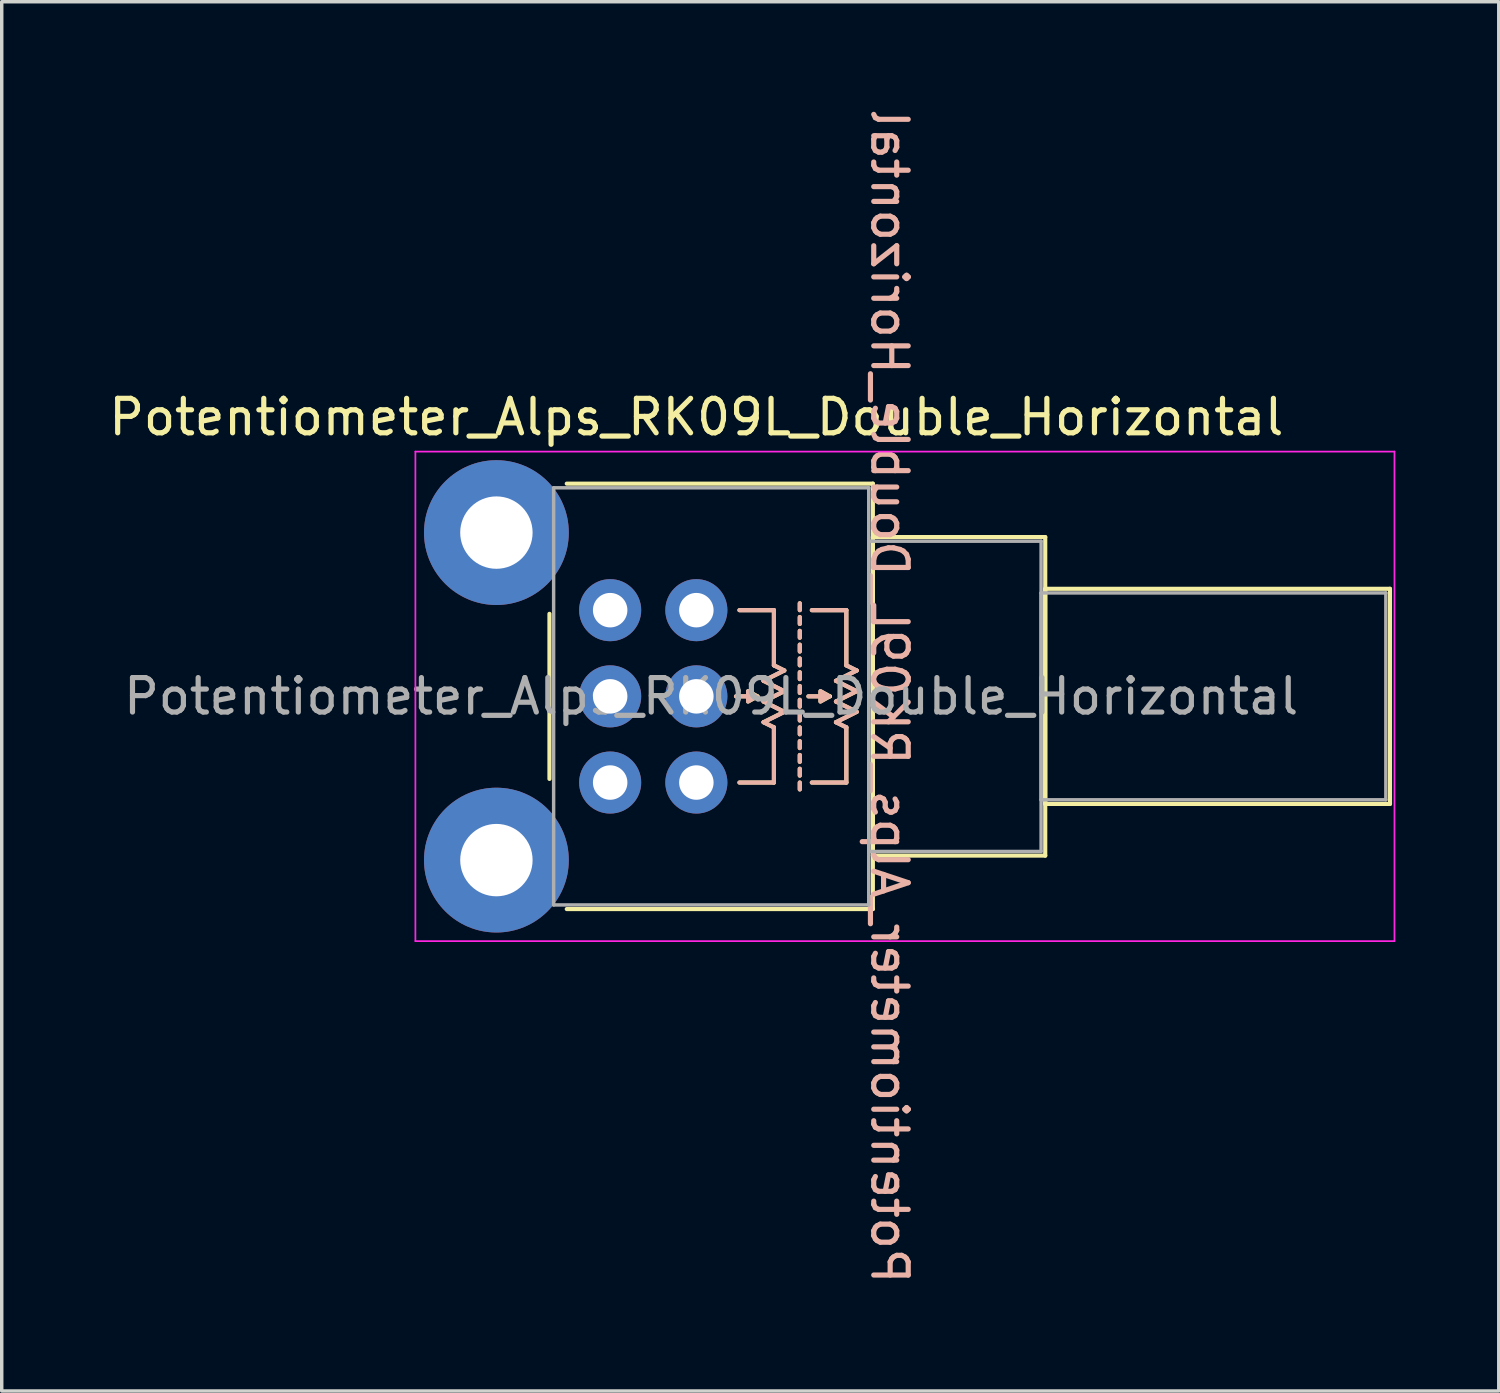
<source format=kicad_pcb>
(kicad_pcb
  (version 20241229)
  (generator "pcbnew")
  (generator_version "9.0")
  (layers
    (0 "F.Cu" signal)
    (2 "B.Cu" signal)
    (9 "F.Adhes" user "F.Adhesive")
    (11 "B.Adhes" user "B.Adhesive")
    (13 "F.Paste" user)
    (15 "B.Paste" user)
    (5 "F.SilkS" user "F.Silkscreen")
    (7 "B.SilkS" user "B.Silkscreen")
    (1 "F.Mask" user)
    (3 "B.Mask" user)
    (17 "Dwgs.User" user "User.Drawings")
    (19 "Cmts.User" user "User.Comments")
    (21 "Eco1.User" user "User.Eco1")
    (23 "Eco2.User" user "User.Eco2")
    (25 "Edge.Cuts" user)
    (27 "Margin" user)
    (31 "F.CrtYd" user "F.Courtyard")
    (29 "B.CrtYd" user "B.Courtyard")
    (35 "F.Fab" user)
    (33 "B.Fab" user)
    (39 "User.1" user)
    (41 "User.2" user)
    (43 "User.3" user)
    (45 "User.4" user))
  (footprint "Potentiometer_Alps_RK09L_Double_Horizontal"
    (layer "F.Cu")
    (at 17.149 19.649)
    (property "Reference" "Potentiometer_Alps_RK09L_Double_Horizontal" (at 0 -10.6 0) (layer "F.SilkS") (effects (font (size 1 1) (thickness 0.15))))
    (attr through_hole)
    (fp_line (start -4.261 -4.894) (end -4.261 -0.105) (stroke (width 0.12) (type solid)) (layer "F.SilkS"))
    (fp_line (start -3.759 -8.67) (end 5.12 -8.67) (stroke (width 0.12) (type solid)) (layer "F.SilkS"))
    (fp_line (start -3.759 3.67) (end 5.12 3.67) (stroke (width 0.12) (type solid)) (layer "F.SilkS"))
    (fp_line (start 1.775 -2.5) (end 1.15 -2.5) (stroke (width 0.12) (type solid)) (layer "F.SilkS"))
    (fp_line (start 1.95 -2.95) (end 2.55 -3.25) (stroke (width 0.12) (type solid)) (layer "F.SilkS"))
    (fp_line (start 1.95 -2.35) (end 2.55 -2.65) (stroke (width 0.12) (type solid)) (layer "F.SilkS"))
    (fp_line (start 1.95 -1.75) (end 2.55 -2.05) (stroke (width 0.12) (type solid)) (layer "F.SilkS"))
    (fp_line (start 2.25 -5) (end 1.25 -5) (stroke (width 0.12) (type solid)) (layer "F.SilkS"))
    (fp_line (start 2.25 -3.4) (end 2.25 -5) (stroke (width 0.12) (type solid)) (layer "F.SilkS"))
    (fp_line (start 2.25 -1.6) (end 1.95 -1.75) (stroke (width 0.12) (type solid)) (layer "F.SilkS"))
    (fp_line (start 2.25 -1.6) (end 2.25 0) (stroke (width 0.12) (type solid)) (layer "F.SilkS"))
    (fp_line (start 2.25 0) (end 1.25 0) (stroke (width 0.12) (type solid)) (layer "F.SilkS"))
    (fp_line (start 2.55 -3.25) (end 2.25 -3.4) (stroke (width 0.12) (type solid)) (layer "F.SilkS"))
    (fp_line (start 2.55 -2.65) (end 1.95 -2.95) (stroke (width 0.12) (type solid)) (layer "F.SilkS"))
    (fp_line (start 2.55 -2.05) (end 1.95 -2.35) (stroke (width 0.12) (type solid)) (layer "F.SilkS"))
    (fp_line (start 3 -5.2) (end 3 -5) (stroke (width 0.12) (type solid)) (layer "F.SilkS"))
    (fp_line (start 3 -4.8) (end 3 -4.6) (stroke (width 0.12) (type solid)) (layer "F.SilkS"))
    (fp_line (start 3 -4.4) (end 3 -4.2) (stroke (width 0.12) (type solid)) (layer "F.SilkS"))
    (fp_line (start 3 -4) (end 3 -3.8) (stroke (width 0.12) (type solid)) (layer "F.SilkS"))
    (fp_line (start 3 -3.6) (end 3 -3.4) (stroke (width 0.12) (type solid)) (layer "F.SilkS"))
    (fp_line (start 3 -3) (end 3 -3.2) (stroke (width 0.12) (type solid)) (layer "F.SilkS"))
    (fp_line (start 3 -2.8) (end 3 -2.6) (stroke (width 0.12) (type solid)) (layer "F.SilkS"))
    (fp_line (start 3 -2.4) (end 3 -2.2) (stroke (width 0.12) (type solid)) (layer "F.SilkS"))
    (fp_line (start 3 -2) (end 3 -1.8) (stroke (width 0.12) (type solid)) (layer "F.SilkS"))
    (fp_line (start 3 -1.6) (end 3 -1.4) (stroke (width 0.12) (type solid)) (layer "F.SilkS"))
    (fp_line (start 3 -1.2) (end 3 -1) (stroke (width 0.12) (type solid)) (layer "F.SilkS"))
    (fp_line (start 3 -0.8) (end 3 -0.6) (stroke (width 0.12) (type solid)) (layer "F.SilkS"))
    (fp_line (start 3 -0.4) (end 3 -0.2) (stroke (width 0.12) (type solid)) (layer "F.SilkS"))
    (fp_line (start 3 0) (end 3 0.2) (stroke (width 0.12) (type solid)) (layer "F.SilkS"))
    (fp_line (start 3.875 -2.5) (end 3.25 -2.5) (stroke (width 0.12) (type solid)) (layer "F.SilkS"))
    (fp_line (start 4.05 -2.95) (end 4.65 -3.25) (stroke (width 0.12) (type solid)) (layer "F.SilkS"))
    (fp_line (start 4.05 -2.35) (end 4.65 -2.65) (stroke (width 0.12) (type solid)) (layer "F.SilkS"))
    (fp_line (start 4.05 -1.75) (end 4.65 -2.05) (stroke (width 0.12) (type solid)) (layer "F.SilkS"))
    (fp_line (start 4.35 -5) (end 3.35 -5) (stroke (width 0.12) (type solid)) (layer "F.SilkS"))
    (fp_line (start 4.35 -3.4) (end 4.35 -5) (stroke (width 0.12) (type solid)) (layer "F.SilkS"))
    (fp_line (start 4.35 -1.6) (end 4.05 -1.75) (stroke (width 0.12) (type solid)) (layer "F.SilkS"))
    (fp_line (start 4.35 -1.6) (end 4.35 0) (stroke (width 0.12) (type solid)) (layer "F.SilkS"))
    (fp_line (start 4.35 0) (end 3.35 0) (stroke (width 0.12) (type solid)) (layer "F.SilkS"))
    (fp_line (start 4.65 -3.25) (end 4.35 -3.4) (stroke (width 0.12) (type solid)) (layer "F.SilkS"))
    (fp_line (start 4.65 -2.65) (end 4.05 -2.95) (stroke (width 0.12) (type solid)) (layer "F.SilkS"))
    (fp_line (start 4.65 -2.05) (end 4.05 -2.35) (stroke (width 0.12) (type solid)) (layer "F.SilkS"))
    (fp_line (start 5.12 -8.67) (end 5.12 3.67) (stroke (width 0.12) (type solid)) (layer "F.SilkS"))
    (fp_line (start 5.12 -7.12) (end 5.12 2.12) (stroke (width 0.12) (type solid)) (layer "F.SilkS"))
    (fp_line (start 5.12 -7.12) (end 10.12 -7.12) (stroke (width 0.12) (type solid)) (layer "F.SilkS"))
    (fp_line (start 5.12 2.12) (end 10.12 2.12) (stroke (width 0.12) (type solid)) (layer "F.SilkS"))
    (fp_line (start 10.12 -7.12) (end 10.12 2.12) (stroke (width 0.12) (type solid)) (layer "F.SilkS"))
    (fp_line (start 10.12 -5.62) (end 10.12 0.62) (stroke (width 0.12) (type solid)) (layer "F.SilkS"))
    (fp_line (start 10.12 -5.62) (end 20.12 -5.62) (stroke (width 0.12) (type solid)) (layer "F.SilkS"))
    (fp_line (start 10.12 0.62) (end 20.12 0.62) (stroke (width 0.12) (type solid)) (layer "F.SilkS"))
    (fp_line (start 20.12 -5.62) (end 20.12 0.62) (stroke (width 0.12) (type solid)) (layer "F.SilkS"))
    (fp_poly (pts (xy 1.775 -2.5) (xy 1.5 -2.35) (xy 1.5 -2.65)) (stroke (width 0.12) (type solid)) (fill yes) (layer "F.SilkS"))
    (fp_poly (pts (xy 3.875 -2.5) (xy 3.6 -2.35) (xy 3.6 -2.65)) (stroke (width 0.12) (type solid)) (fill yes) (layer "F.SilkS"))
    (fp_line (start 1.15 -2.5) (end 1.75 -2.5) (stroke (width 0.12) (type solid)) (layer "B.SilkS"))
    (fp_line (start 1.25 -5) (end 2.25 -5) (stroke (width 0.12) (type solid)) (layer "B.SilkS"))
    (fp_line (start 1.95 -2.95) (end 2.55 -2.65) (stroke (width 0.12) (type solid)) (layer "B.SilkS"))
    (fp_line (start 1.95 -2.35) (end 2.55 -2.05) (stroke (width 0.12) (type solid)) (layer "B.SilkS"))
    (fp_line (start 1.95 -1.75) (end 2.25 -1.6) (stroke (width 0.12) (type solid)) (layer "B.SilkS"))
    (fp_line (start 2.25 -5) (end 2.25 -3.4) (stroke (width 0.12) (type solid)) (layer "B.SilkS"))
    (fp_line (start 2.25 -3.4) (end 2.55 -3.25) (stroke (width 0.12) (type solid)) (layer "B.SilkS"))
    (fp_line (start 2.25 -1.6) (end 2.25 0) (stroke (width 0.12) (type solid)) (layer "B.SilkS"))
    (fp_line (start 2.25 0) (end 1.25 0) (stroke (width 0.12) (type solid)) (layer "B.SilkS"))
    (fp_line (start 2.55 -3.25) (end 1.95 -2.95) (stroke (width 0.12) (type solid)) (layer "B.SilkS"))
    (fp_line (start 2.55 -2.65) (end 1.95 -2.35) (stroke (width 0.12) (type solid)) (layer "B.SilkS"))
    (fp_line (start 2.55 -2.05) (end 1.95 -1.75) (stroke (width 0.12) (type solid)) (layer "B.SilkS"))
    (fp_line (start 3 -5.2) (end 3 -5) (stroke (width 0.12) (type solid)) (layer "B.SilkS"))
    (fp_line (start 3 -4.8) (end 3 -4.6) (stroke (width 0.12) (type solid)) (layer "B.SilkS"))
    (fp_line (start 3 -4.4) (end 3 -4.2) (stroke (width 0.12) (type solid)) (layer "B.SilkS"))
    (fp_line (start 3 -4) (end 3 -3.8) (stroke (width 0.12) (type solid)) (layer "B.SilkS"))
    (fp_line (start 3 -3.6) (end 3 -3.4) (stroke (width 0.12) (type solid)) (layer "B.SilkS"))
    (fp_line (start 3 -3.2) (end 3 -3) (stroke (width 0.12) (type solid)) (layer "B.SilkS"))
    (fp_line (start 3 -2.8) (end 3 -2.6) (stroke (width 0.12) (type solid)) (layer "B.SilkS"))
    (fp_line (start 3 -2.4) (end 3 -2.2) (stroke (width 0.12) (type solid)) (layer "B.SilkS"))
    (fp_line (start 3 -2) (end 3 -1.8) (stroke (width 0.12) (type solid)) (layer "B.SilkS"))
    (fp_line (start 3 -1.6) (end 3 -1.4) (stroke (width 0.12) (type solid)) (layer "B.SilkS"))
    (fp_line (start 3 -1.2) (end 3 -1) (stroke (width 0.12) (type solid)) (layer "B.SilkS"))
    (fp_line (start 3 -0.8) (end 3 -0.6) (stroke (width 0.12) (type solid)) (layer "B.SilkS"))
    (fp_line (start 3 -0.4) (end 3 -0.2) (stroke (width 0.12) (type solid)) (layer "B.SilkS"))
    (fp_line (start 3 0) (end 3 0.2) (stroke (width 0.12) (type solid)) (layer "B.SilkS"))
    (fp_line (start 3.25 -2.5) (end 3.85 -2.5) (stroke (width 0.12) (type solid)) (layer "B.SilkS"))
    (fp_line (start 3.35 -5) (end 4.35 -5) (stroke (width 0.12) (type solid)) (layer "B.SilkS"))
    (fp_line (start 4.05 -2.95) (end 4.65 -2.65) (stroke (width 0.12) (type solid)) (layer "B.SilkS"))
    (fp_line (start 4.05 -2.35) (end 4.65 -2.05) (stroke (width 0.12) (type solid)) (layer "B.SilkS"))
    (fp_line (start 4.05 -1.75) (end 4.35 -1.6) (stroke (width 0.12) (type solid)) (layer "B.SilkS"))
    (fp_line (start 4.35 -5) (end 4.35 -3.4) (stroke (width 0.12) (type solid)) (layer "B.SilkS"))
    (fp_line (start 4.35 -3.4) (end 4.65 -3.25) (stroke (width 0.12) (type solid)) (layer "B.SilkS"))
    (fp_line (start 4.35 -1.6) (end 4.35 0) (stroke (width 0.12) (type solid)) (layer "B.SilkS"))
    (fp_line (start 4.35 0) (end 3.35 0) (stroke (width 0.12) (type solid)) (layer "B.SilkS"))
    (fp_line (start 4.65 -3.25) (end 4.05 -2.95) (stroke (width 0.12) (type solid)) (layer "B.SilkS"))
    (fp_line (start 4.65 -2.65) (end 4.05 -2.35) (stroke (width 0.12) (type solid)) (layer "B.SilkS"))
    (fp_line (start 4.65 -2.05) (end 4.05 -1.75) (stroke (width 0.12) (type solid)) (layer "B.SilkS"))
    (fp_poly (pts (xy 1.75 -2.5) (xy 1.5 -2.35) (xy 1.5 -2.65)) (stroke (width 0.12) (type solid)) (fill yes) (layer "B.SilkS"))
    (fp_poly (pts (xy 3.85 -2.5) (xy 3.6 -2.35) (xy 3.6 -2.65)) (stroke (width 0.12) (type solid)) (fill yes) (layer "B.SilkS"))
    (fp_line (start -8.15 -9.6) (end -8.15 4.6) (stroke (width 0.05) (type solid)) (layer "F.CrtYd"))
    (fp_line (start -8.15 4.6) (end 20.25 4.6) (stroke (width 0.05) (type solid)) (layer "F.CrtYd"))
    (fp_line (start 20.25 -9.6) (end -8.15 -9.6) (stroke (width 0.05) (type solid)) (layer "F.CrtYd"))
    (fp_line (start 20.25 4.6) (end 20.25 -9.6) (stroke (width 0.05) (type solid)) (layer "F.CrtYd"))
    (fp_line (start -4.14 -8.55) (end -4.14 3.55) (stroke (width 0.1) (type solid)) (layer "F.Fab"))
    (fp_line (start -4.14 3.55) (end 5 3.55) (stroke (width 0.1) (type solid)) (layer "F.Fab"))
    (fp_line (start 5 -8.55) (end -4.14 -8.55) (stroke (width 0.1) (type solid)) (layer "F.Fab"))
    (fp_line (start 5 -7) (end 5 2) (stroke (width 0.1) (type solid)) (layer "F.Fab"))
    (fp_line (start 5 2) (end 10 2) (stroke (width 0.1) (type solid)) (layer "F.Fab"))
    (fp_line (start 5 3.55) (end 5 -8.55) (stroke (width 0.1) (type solid)) (layer "F.Fab"))
    (fp_line (start 10 -7) (end 5 -7) (stroke (width 0.1) (type solid)) (layer "F.Fab"))
    (fp_line (start 10 -5.5) (end 10 0.5) (stroke (width 0.1) (type solid)) (layer "F.Fab"))
    (fp_line (start 10 0.5) (end 20 0.5) (stroke (width 0.1) (type solid)) (layer "F.Fab"))
    (fp_line (start 10 2) (end 10 -7) (stroke (width 0.1) (type solid)) (layer "F.Fab"))
    (fp_line (start 20 -5.5) (end 10 -5.5) (stroke (width 0.1) (type solid)) (layer "F.Fab"))
    (fp_line (start 20 0.5) (end 20 -5.5) (stroke (width 0.1) (type solid)) (layer "F.Fab"))
    (fp_text user "${REFERENCE}" (at 5.6 -2.5 270) (unlocked yes) (layer "B.SilkS") (effects (font (size 1 1) (thickness 0.15)) (justify mirror)))
    (fp_text user "${REFERENCE}" (at 0.43 -2.5 0) (layer "F.Fab") (effects (font (size 1 1) (thickness 0.15))))
    (pad "" thru_hole circle (at -5.8 -7.25) (size 4.2 4.2) (drill 2.1) (layers "*.Cu" "*.Mask"))
    (pad "" thru_hole circle (at -5.8 2.25) (size 4.2 4.2) (drill 2.1) (layers "*.Cu" "*.Mask"))
    (pad "1" thru_hole circle (at 0 0) (size 1.8 1.8) (drill 1) (layers "*.Cu" "*.Mask"))
    (pad "2" thru_hole circle (at 0 -2.5) (size 1.8 1.8) (drill 1) (layers "*.Cu" "*.Mask"))
    (pad "3" thru_hole circle (at 0 -5) (size 1.8 1.8) (drill 1) (layers "*.Cu" "*.Mask"))
    (pad "4" thru_hole circle (at -2.5 0) (size 1.8 1.8) (drill 1) (layers "*.Cu" "*.Mask"))
    (pad "5" thru_hole circle (at -2.5 -2.5) (size 1.8 1.8) (drill 1) (layers "*.Cu" "*.Mask"))
    (pad "6" thru_hole circle (at -2.5 -5) (size 1.8 1.8) (drill 1) (layers "*.Cu" "*.Mask")))
  (gr_rect
    (start -3 -3)
    (end 40.424 37.298)
    (stroke (width 0.1) (type default))
    (fill no)
    (layer "Edge.Cuts")))
</source>
